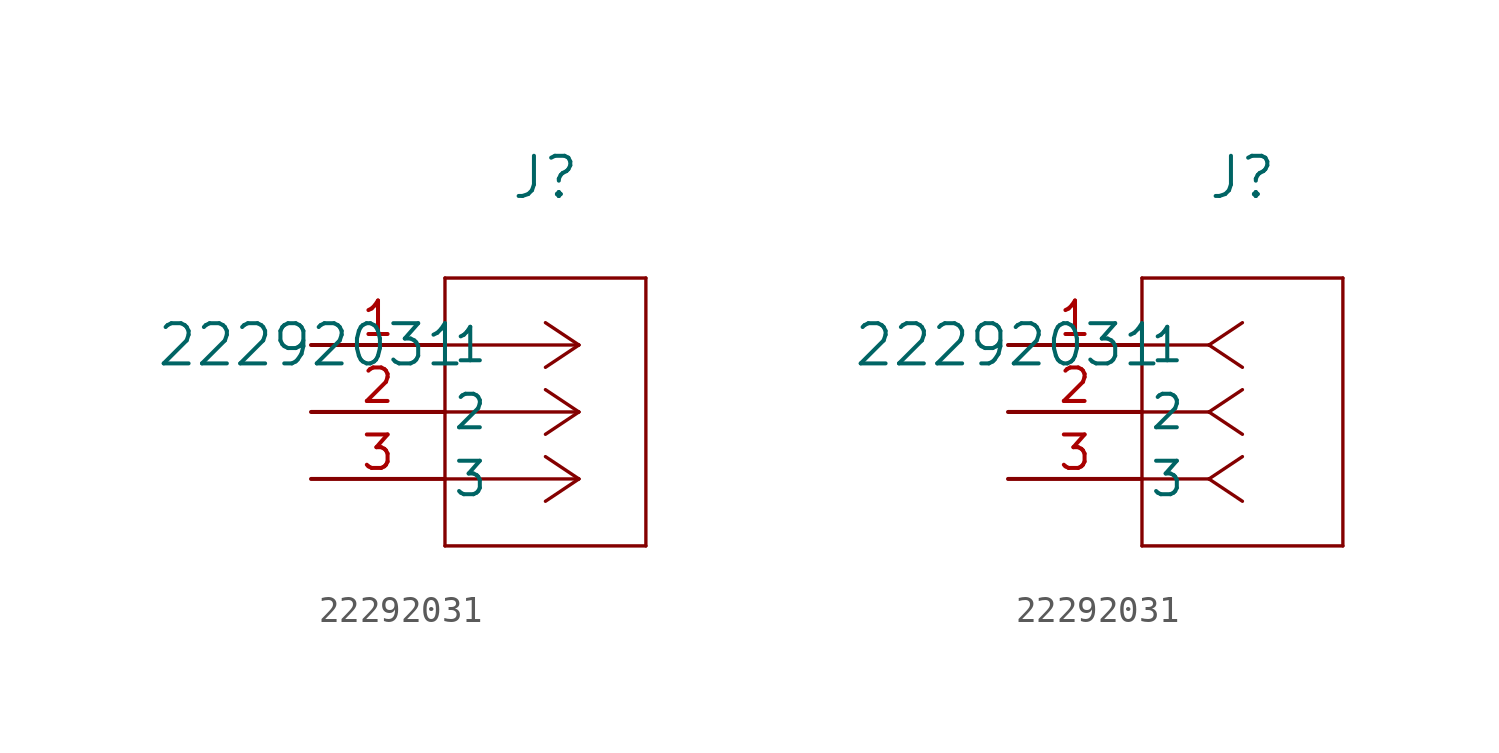
<source format=kicad_sym>
(kicad_symbol_lib
  (version 20211014)
  (generator kicad_symbol_editor)
  (symbol "22292031"
    (pin_names
      (offset 0.254))
    (property "Reference" "J"
      (at 8.89 6.35 0)
      (effects (font (size 1.524 1.524))))
    (property "Value" "22292031"
      (at 0 0 0)
      (effects (font (size 1.524 1.524))))
    (symbol "22292031_1_1"
      (polyline (pts (xy 10.16 0) (xy 5.08 0)) (stroke (width 0.127) (type default) (color 0 0 0 0)) (fill (type none)))
      (polyline (pts (xy 10.16 -2.54) (xy 5.08 -2.54)) (stroke (width 0.127) (type default) (color 0 0 0 0)) (fill (type none)))
      (polyline (pts (xy 10.16 -5.08) (xy 5.08 -5.08)) (stroke (width 0.127) (type default) (color 0 0 0 0)) (fill (type none)))
      (polyline (pts (xy 10.16 0) (xy 8.89 0.847)) (stroke (width 0.127) (type default) (color 0 0 0 0)) (fill (type none)))
      (polyline (pts (xy 10.16 -2.54) (xy 8.89 -1.693)) (stroke (width 0.127) (type default) (color 0 0 0 0)) (fill (type none)))
      (polyline (pts (xy 10.16 -5.08) (xy 8.89 -4.233)) (stroke (width 0.127) (type default) (color 0 0 0 0)) (fill (type none)))
      (polyline (pts (xy 10.16 0) (xy 8.89 -0.847)) (stroke (width 0.127) (type default) (color 0 0 0 0)) (fill (type none)))
      (polyline (pts (xy 10.16 -2.54) (xy 8.89 -3.387)) (stroke (width 0.127) (type default) (color 0 0 0 0)) (fill (type none)))
      (polyline (pts (xy 10.16 -5.08) (xy 8.89 -5.927)) (stroke (width 0.127) (type default) (color 0 0 0 0)) (fill (type none)))
      (polyline (pts (xy 5.08 2.54) (xy 5.08 -7.62)) (stroke (width 0.127) (type default) (color 0 0 0 0)) (fill (type none)))
      (polyline (pts (xy 5.08 -7.62) (xy 12.7 -7.62)) (stroke (width 0.127) (type default) (color 0 0 0 0)) (fill (type none)))
      (polyline (pts (xy 12.7 -7.62) (xy 12.7 2.54)) (stroke (width 0.127) (type default) (color 0 0 0 0)) (fill (type none)))
      (polyline (pts (xy 12.7 2.54) (xy 5.08 2.54)) (stroke (width 0.127) (type default) (color 0 0 0 0)) (fill (type none)))
      (pin unspecified line (at 0 0 0) (length 5.08) (name "1" (effects (font (size 1.27 1.27)))) (number "1" (effects (font (size 1.27 1.27)))))
      (pin unspecified line (at 0 -2.54 0) (length 5.08) (name "2" (effects (font (size 1.27 1.27)))) (number "2" (effects (font (size 1.27 1.27)))))
      (pin unspecified line (at 0 -5.08 0) (length 5.08) (name "3" (effects (font (size 1.27 1.27)))) (number "3" (effects (font (size 1.27 1.27))))))
    (symbol "22292031_1_2"
      (polyline (pts (xy 7.62 0) (xy 5.08 0)) (stroke (width 0.127) (type default) (color 0 0 0 0)) (fill (type none)))
      (polyline (pts (xy 7.62 -2.54) (xy 5.08 -2.54)) (stroke (width 0.127) (type default) (color 0 0 0 0)) (fill (type none)))
      (polyline (pts (xy 7.62 -5.08) (xy 5.08 -5.08)) (stroke (width 0.127) (type default) (color 0 0 0 0)) (fill (type none)))
      (polyline (pts (xy 7.62 0) (xy 8.89 0.847)) (stroke (width 0.127) (type default) (color 0 0 0 0)) (fill (type none)))
      (polyline (pts (xy 7.62 -2.54) (xy 8.89 -1.693)) (stroke (width 0.127) (type default) (color 0 0 0 0)) (fill (type none)))
      (polyline (pts (xy 7.62 -5.08) (xy 8.89 -4.233)) (stroke (width 0.127) (type default) (color 0 0 0 0)) (fill (type none)))
      (polyline (pts (xy 7.62 0) (xy 8.89 -0.847)) (stroke (width 0.127) (type default) (color 0 0 0 0)) (fill (type none)))
      (polyline (pts (xy 7.62 -2.54) (xy 8.89 -3.387)) (stroke (width 0.127) (type default) (color 0 0 0 0)) (fill (type none)))
      (polyline (pts (xy 7.62 -5.08) (xy 8.89 -5.927)) (stroke (width 0.127) (type default) (color 0 0 0 0)) (fill (type none)))
      (polyline (pts (xy 5.08 2.54) (xy 5.08 -7.62)) (stroke (width 0.127) (type default) (color 0 0 0 0)) (fill (type none)))
      (polyline (pts (xy 5.08 -7.62) (xy 12.7 -7.62)) (stroke (width 0.127) (type default) (color 0 0 0 0)) (fill (type none)))
      (polyline (pts (xy 12.7 -7.62) (xy 12.7 2.54)) (stroke (width 0.127) (type default) (color 0 0 0 0)) (fill (type none)))
      (polyline (pts (xy 12.7 2.54) (xy 5.08 2.54)) (stroke (width 0.127) (type default) (color 0 0 0 0)) (fill (type none)))
      (pin unspecified line (at 0 0 0) (length 5.08) (name "1" (effects (font (size 1.27 1.27)))) (number "1" (effects (font (size 1.27 1.27)))))
      (pin unspecified line (at 0 -2.54 0) (length 5.08) (name "2" (effects (font (size 1.27 1.27)))) (number "2" (effects (font (size 1.27 1.27)))))
      (pin unspecified line (at 0 -5.08 0) (length 5.08) (name "3" (effects (font (size 1.27 1.27)))) (number "3" (effects (font (size 1.27 1.27))))))))
</source>
